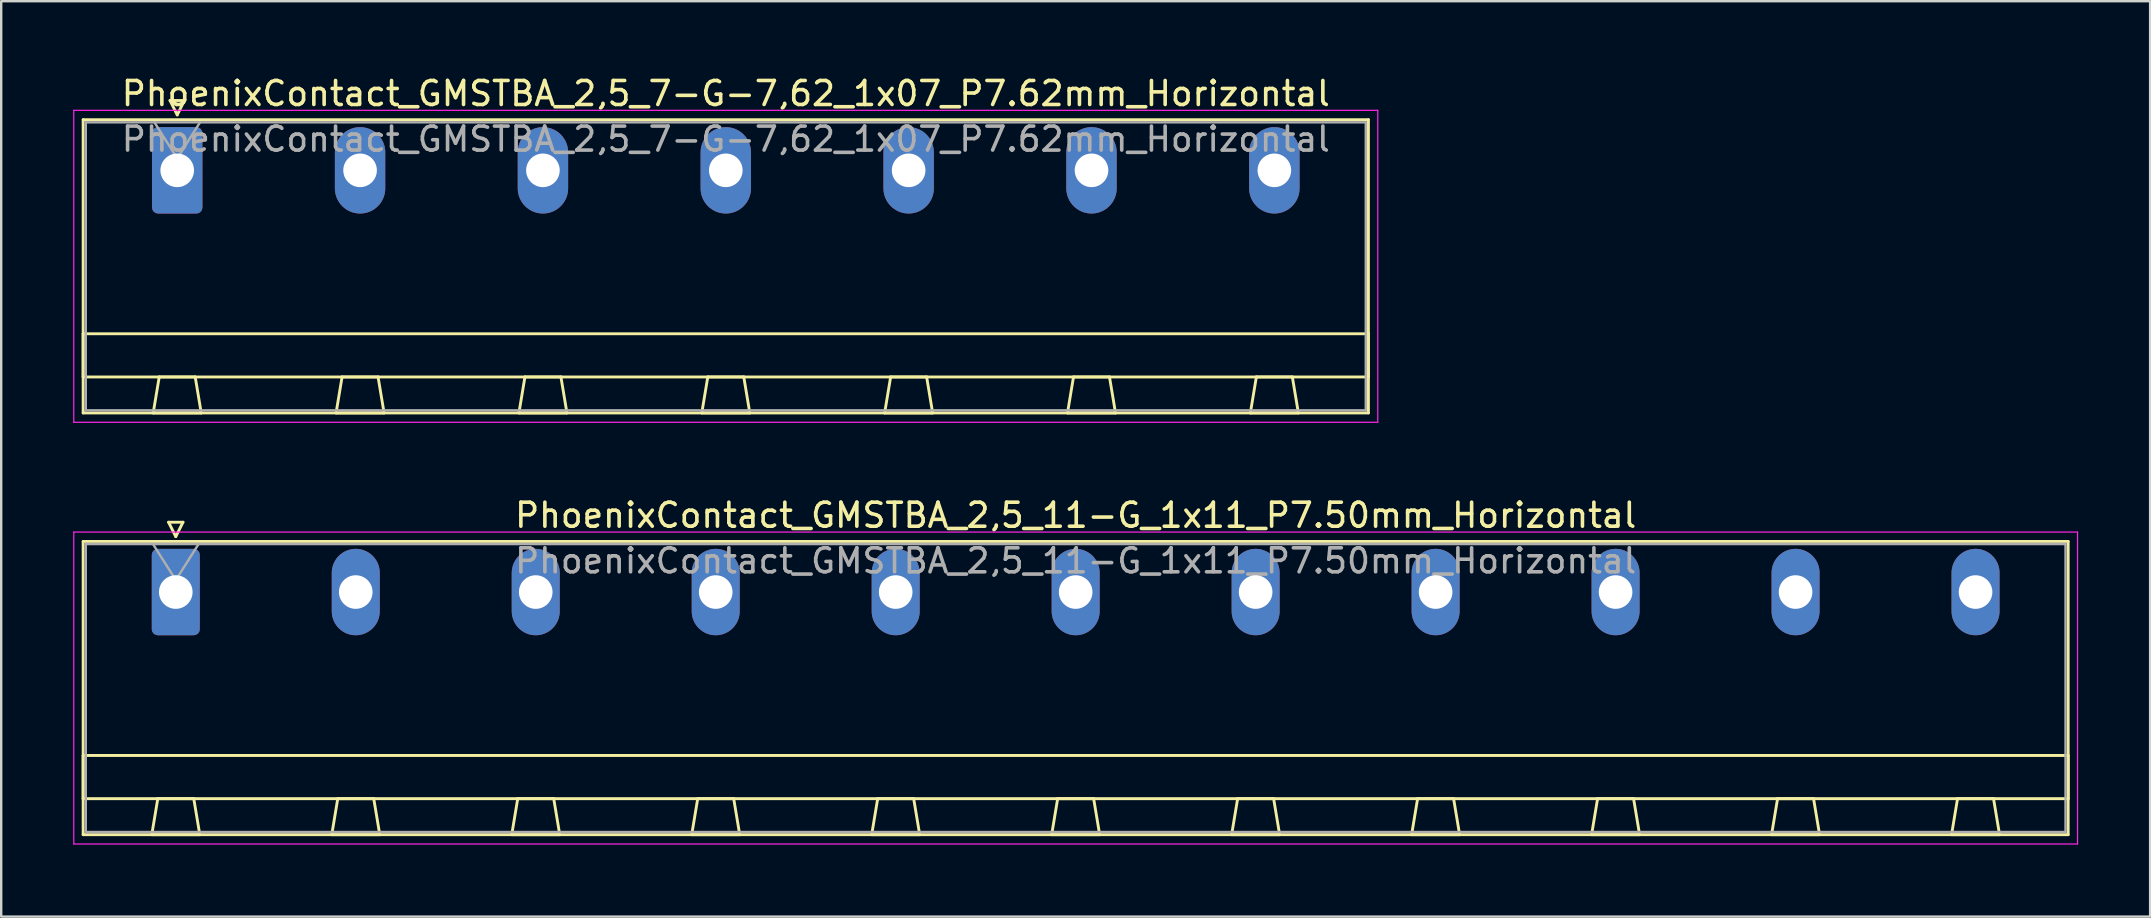
<source format=kicad_pcb>
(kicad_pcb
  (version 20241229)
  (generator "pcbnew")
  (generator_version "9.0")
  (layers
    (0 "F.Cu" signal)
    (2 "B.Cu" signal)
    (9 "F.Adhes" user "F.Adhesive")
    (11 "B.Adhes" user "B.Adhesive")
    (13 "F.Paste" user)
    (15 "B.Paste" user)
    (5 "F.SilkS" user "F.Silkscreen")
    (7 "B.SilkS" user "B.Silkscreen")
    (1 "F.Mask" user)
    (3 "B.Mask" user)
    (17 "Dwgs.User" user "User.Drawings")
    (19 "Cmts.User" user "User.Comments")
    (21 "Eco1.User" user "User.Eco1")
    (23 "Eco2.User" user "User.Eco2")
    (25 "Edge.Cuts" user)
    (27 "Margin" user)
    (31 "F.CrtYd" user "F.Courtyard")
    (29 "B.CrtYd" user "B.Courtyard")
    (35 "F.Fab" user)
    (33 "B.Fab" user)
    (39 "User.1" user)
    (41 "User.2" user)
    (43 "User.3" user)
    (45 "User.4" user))
  (footprint "PhoenixContact_GMSTBA_2,5_7-G-7,62_1x07_P7.62mm_Horizontal"
    (layer "F.Cu")
    (at 4.335 4.048)
    (property "Reference" "PhoenixContact_GMSTBA_2,5_7-G-7,62_1x07_P7.62mm_Horizontal" (at 22.86 -3.2 0) (layer "F.SilkS") (effects (font (size 1 1) (thickness 0.15))))
    (attr through_hole)
    (fp_line (start -3.92 -2.11) (end -3.92 10.11) (stroke (width 0.12) (type solid)) (layer "F.SilkS"))
    (fp_line (start -3.92 6.81) (end 49.64 6.81) (stroke (width 0.12) (type solid)) (layer "F.SilkS"))
    (fp_line (start -3.92 8.61) (end -3.92 6.81) (stroke (width 0.12) (type solid)) (layer "F.SilkS"))
    (fp_line (start -3.92 10.11) (end 49.64 10.11) (stroke (width 0.12) (type solid)) (layer "F.SilkS"))
    (fp_line (start -1 10.11) (end 1 10.11) (stroke (width 0.12) (type solid)) (layer "F.SilkS"))
    (fp_line (start -0.75 8.61) (end -1 10.11) (stroke (width 0.12) (type solid)) (layer "F.SilkS"))
    (fp_line (start -0.3 -2.91) (end 0.3 -2.91) (stroke (width 0.12) (type solid)) (layer "F.SilkS"))
    (fp_line (start 0 -2.31) (end -0.3 -2.91) (stroke (width 0.12) (type solid)) (layer "F.SilkS"))
    (fp_line (start 0.3 -2.91) (end 0 -2.31) (stroke (width 0.12) (type solid)) (layer "F.SilkS"))
    (fp_line (start 0.75 8.61) (end -0.75 8.61) (stroke (width 0.12) (type solid)) (layer "F.SilkS"))
    (fp_line (start 1 10.11) (end 0.75 8.61) (stroke (width 0.12) (type solid)) (layer "F.SilkS"))
    (fp_line (start 6.62 10.11) (end 8.62 10.11) (stroke (width 0.12) (type solid)) (layer "F.SilkS"))
    (fp_line (start 6.87 8.61) (end 6.62 10.11) (stroke (width 0.12) (type solid)) (layer "F.SilkS"))
    (fp_line (start 8.37 8.61) (end 6.87 8.61) (stroke (width 0.12) (type solid)) (layer "F.SilkS"))
    (fp_line (start 8.62 10.11) (end 8.37 8.61) (stroke (width 0.12) (type solid)) (layer "F.SilkS"))
    (fp_line (start 14.24 10.11) (end 16.24 10.11) (stroke (width 0.12) (type solid)) (layer "F.SilkS"))
    (fp_line (start 14.49 8.61) (end 14.24 10.11) (stroke (width 0.12) (type solid)) (layer "F.SilkS"))
    (fp_line (start 15.99 8.61) (end 14.49 8.61) (stroke (width 0.12) (type solid)) (layer "F.SilkS"))
    (fp_line (start 16.24 10.11) (end 15.99 8.61) (stroke (width 0.12) (type solid)) (layer "F.SilkS"))
    (fp_line (start 21.86 10.11) (end 23.86 10.11) (stroke (width 0.12) (type solid)) (layer "F.SilkS"))
    (fp_line (start 22.11 8.61) (end 21.86 10.11) (stroke (width 0.12) (type solid)) (layer "F.SilkS"))
    (fp_line (start 23.61 8.61) (end 22.11 8.61) (stroke (width 0.12) (type solid)) (layer "F.SilkS"))
    (fp_line (start 23.86 10.11) (end 23.61 8.61) (stroke (width 0.12) (type solid)) (layer "F.SilkS"))
    (fp_line (start 29.48 10.11) (end 31.48 10.11) (stroke (width 0.12) (type solid)) (layer "F.SilkS"))
    (fp_line (start 29.73 8.61) (end 29.48 10.11) (stroke (width 0.12) (type solid)) (layer "F.SilkS"))
    (fp_line (start 31.23 8.61) (end 29.73 8.61) (stroke (width 0.12) (type solid)) (layer "F.SilkS"))
    (fp_line (start 31.48 10.11) (end 31.23 8.61) (stroke (width 0.12) (type solid)) (layer "F.SilkS"))
    (fp_line (start 37.1 10.11) (end 39.1 10.11) (stroke (width 0.12) (type solid)) (layer "F.SilkS"))
    (fp_line (start 37.35 8.61) (end 37.1 10.11) (stroke (width 0.12) (type solid)) (layer "F.SilkS"))
    (fp_line (start 38.85 8.61) (end 37.35 8.61) (stroke (width 0.12) (type solid)) (layer "F.SilkS"))
    (fp_line (start 39.1 10.11) (end 38.85 8.61) (stroke (width 0.12) (type solid)) (layer "F.SilkS"))
    (fp_line (start 44.72 10.11) (end 46.72 10.11) (stroke (width 0.12) (type solid)) (layer "F.SilkS"))
    (fp_line (start 44.97 8.61) (end 44.72 10.11) (stroke (width 0.12) (type solid)) (layer "F.SilkS"))
    (fp_line (start 46.47 8.61) (end 44.97 8.61) (stroke (width 0.12) (type solid)) (layer "F.SilkS"))
    (fp_line (start 46.72 10.11) (end 46.47 8.61) (stroke (width 0.12) (type solid)) (layer "F.SilkS"))
    (fp_line (start 49.64 -2.11) (end -3.92 -2.11) (stroke (width 0.12) (type solid)) (layer "F.SilkS"))
    (fp_line (start 49.64 6.81) (end 49.64 8.61) (stroke (width 0.12) (type solid)) (layer "F.SilkS"))
    (fp_line (start 49.64 8.61) (end -3.92 8.61) (stroke (width 0.12) (type solid)) (layer "F.SilkS"))
    (fp_line (start 49.64 10.11) (end 49.64 -2.11) (stroke (width 0.12) (type solid)) (layer "F.SilkS"))
    (fp_line (start -4.31 -2.5) (end -4.31 10.5) (stroke (width 0.05) (type solid)) (layer "F.CrtYd"))
    (fp_line (start -4.31 10.5) (end 50.03 10.5) (stroke (width 0.05) (type solid)) (layer "F.CrtYd"))
    (fp_line (start 50.03 -2.5) (end -4.31 -2.5) (stroke (width 0.05) (type solid)) (layer "F.CrtYd"))
    (fp_line (start 50.03 10.5) (end 50.03 -2.5) (stroke (width 0.05) (type solid)) (layer "F.CrtYd"))
    (fp_line (start -3.81 -2) (end -3.81 10) (stroke (width 0.1) (type solid)) (layer "F.Fab"))
    (fp_line (start -3.81 10) (end 49.53 10) (stroke (width 0.1) (type solid)) (layer "F.Fab"))
    (fp_line (start 0 -0.5) (end -0.95 -2) (stroke (width 0.1) (type solid)) (layer "F.Fab"))
    (fp_line (start 0.95 -2) (end 0 -0.5) (stroke (width 0.1) (type solid)) (layer "F.Fab"))
    (fp_line (start 49.53 -2) (end -3.81 -2) (stroke (width 0.1) (type solid)) (layer "F.Fab"))
    (fp_line (start 49.53 10) (end 49.53 -2) (stroke (width 0.1) (type solid)) (layer "F.Fab"))
    (fp_text user "${REFERENCE}" (at 22.86 -1.3 0) (layer "F.Fab") (effects (font (size 1 1) (thickness 0.15))))
    (pad "1" thru_hole roundrect (at 0 0) (size 2.1 3.6) (drill 1.4) (layers "*.Cu" "*.Mask") (roundrect_rratio 0.119))
    (pad "2" thru_hole oval (at 7.62 0) (size 2.1 3.6) (drill 1.4) (layers "*.Cu" "*.Mask"))
    (pad "3" thru_hole oval (at 15.24 0) (size 2.1 3.6) (drill 1.4) (layers "*.Cu" "*.Mask"))
    (pad "4" thru_hole oval (at 22.86 0) (size 2.1 3.6) (drill 1.4) (layers "*.Cu" "*.Mask"))
    (pad "5" thru_hole oval (at 30.48 0) (size 2.1 3.6) (drill 1.4) (layers "*.Cu" "*.Mask"))
    (pad "6" thru_hole oval (at 38.1 0) (size 2.1 3.6) (drill 1.4) (layers "*.Cu" "*.Mask"))
    (pad "7" thru_hole oval (at 45.72 0) (size 2.1 3.6) (drill 1.4) (layers "*.Cu" "*.Mask")))
  (footprint "PhoenixContact_GMSTBA_2,5_11-G_1x11_P7.50mm_Horizontal"
    (layer "F.Cu")
    (at 4.275 21.622)
    (property "Reference" "PhoenixContact_GMSTBA_2,5_11-G_1x11_P7.50mm_Horizontal" (at 37.5 -3.2 0) (layer "F.SilkS") (effects (font (size 1 1) (thickness 0.15))))
    (attr through_hole)
    (fp_line (start -3.86 -2.11) (end -3.86 10.11) (stroke (width 0.12) (type solid)) (layer "F.SilkS"))
    (fp_line (start -3.86 6.81) (end 78.86 6.81) (stroke (width 0.12) (type solid)) (layer "F.SilkS"))
    (fp_line (start -3.86 8.61) (end -3.86 6.81) (stroke (width 0.12) (type solid)) (layer "F.SilkS"))
    (fp_line (start -3.86 10.11) (end 78.86 10.11) (stroke (width 0.12) (type solid)) (layer "F.SilkS"))
    (fp_line (start -1 10.11) (end 1 10.11) (stroke (width 0.12) (type solid)) (layer "F.SilkS"))
    (fp_line (start -0.75 8.61) (end -1 10.11) (stroke (width 0.12) (type solid)) (layer "F.SilkS"))
    (fp_line (start -0.3 -2.91) (end 0.3 -2.91) (stroke (width 0.12) (type solid)) (layer "F.SilkS"))
    (fp_line (start 0 -2.31) (end -0.3 -2.91) (stroke (width 0.12) (type solid)) (layer "F.SilkS"))
    (fp_line (start 0.3 -2.91) (end 0 -2.31) (stroke (width 0.12) (type solid)) (layer "F.SilkS"))
    (fp_line (start 0.75 8.61) (end -0.75 8.61) (stroke (width 0.12) (type solid)) (layer "F.SilkS"))
    (fp_line (start 1 10.11) (end 0.75 8.61) (stroke (width 0.12) (type solid)) (layer "F.SilkS"))
    (fp_line (start 6.5 10.11) (end 8.5 10.11) (stroke (width 0.12) (type solid)) (layer "F.SilkS"))
    (fp_line (start 6.75 8.61) (end 6.5 10.11) (stroke (width 0.12) (type solid)) (layer "F.SilkS"))
    (fp_line (start 8.25 8.61) (end 6.75 8.61) (stroke (width 0.12) (type solid)) (layer "F.SilkS"))
    (fp_line (start 8.5 10.11) (end 8.25 8.61) (stroke (width 0.12) (type solid)) (layer "F.SilkS"))
    (fp_line (start 14 10.11) (end 16 10.11) (stroke (width 0.12) (type solid)) (layer "F.SilkS"))
    (fp_line (start 14.25 8.61) (end 14 10.11) (stroke (width 0.12) (type solid)) (layer "F.SilkS"))
    (fp_line (start 15.75 8.61) (end 14.25 8.61) (stroke (width 0.12) (type solid)) (layer "F.SilkS"))
    (fp_line (start 16 10.11) (end 15.75 8.61) (stroke (width 0.12) (type solid)) (layer "F.SilkS"))
    (fp_line (start 21.5 10.11) (end 23.5 10.11) (stroke (width 0.12) (type solid)) (layer "F.SilkS"))
    (fp_line (start 21.75 8.61) (end 21.5 10.11) (stroke (width 0.12) (type solid)) (layer "F.SilkS"))
    (fp_line (start 23.25 8.61) (end 21.75 8.61) (stroke (width 0.12) (type solid)) (layer "F.SilkS"))
    (fp_line (start 23.5 10.11) (end 23.25 8.61) (stroke (width 0.12) (type solid)) (layer "F.SilkS"))
    (fp_line (start 29 10.11) (end 31 10.11) (stroke (width 0.12) (type solid)) (layer "F.SilkS"))
    (fp_line (start 29.25 8.61) (end 29 10.11) (stroke (width 0.12) (type solid)) (layer "F.SilkS"))
    (fp_line (start 30.75 8.61) (end 29.25 8.61) (stroke (width 0.12) (type solid)) (layer "F.SilkS"))
    (fp_line (start 31 10.11) (end 30.75 8.61) (stroke (width 0.12) (type solid)) (layer "F.SilkS"))
    (fp_line (start 36.5 10.11) (end 38.5 10.11) (stroke (width 0.12) (type solid)) (layer "F.SilkS"))
    (fp_line (start 36.75 8.61) (end 36.5 10.11) (stroke (width 0.12) (type solid)) (layer "F.SilkS"))
    (fp_line (start 38.25 8.61) (end 36.75 8.61) (stroke (width 0.12) (type solid)) (layer "F.SilkS"))
    (fp_line (start 38.5 10.11) (end 38.25 8.61) (stroke (width 0.12) (type solid)) (layer "F.SilkS"))
    (fp_line (start 44 10.11) (end 46 10.11) (stroke (width 0.12) (type solid)) (layer "F.SilkS"))
    (fp_line (start 44.25 8.61) (end 44 10.11) (stroke (width 0.12) (type solid)) (layer "F.SilkS"))
    (fp_line (start 45.75 8.61) (end 44.25 8.61) (stroke (width 0.12) (type solid)) (layer "F.SilkS"))
    (fp_line (start 46 10.11) (end 45.75 8.61) (stroke (width 0.12) (type solid)) (layer "F.SilkS"))
    (fp_line (start 51.5 10.11) (end 53.5 10.11) (stroke (width 0.12) (type solid)) (layer "F.SilkS"))
    (fp_line (start 51.75 8.61) (end 51.5 10.11) (stroke (width 0.12) (type solid)) (layer "F.SilkS"))
    (fp_line (start 53.25 8.61) (end 51.75 8.61) (stroke (width 0.12) (type solid)) (layer "F.SilkS"))
    (fp_line (start 53.5 10.11) (end 53.25 8.61) (stroke (width 0.12) (type solid)) (layer "F.SilkS"))
    (fp_line (start 59 10.11) (end 61 10.11) (stroke (width 0.12) (type solid)) (layer "F.SilkS"))
    (fp_line (start 59.25 8.61) (end 59 10.11) (stroke (width 0.12) (type solid)) (layer "F.SilkS"))
    (fp_line (start 60.75 8.61) (end 59.25 8.61) (stroke (width 0.12) (type solid)) (layer "F.SilkS"))
    (fp_line (start 61 10.11) (end 60.75 8.61) (stroke (width 0.12) (type solid)) (layer "F.SilkS"))
    (fp_line (start 66.5 10.11) (end 68.5 10.11) (stroke (width 0.12) (type solid)) (layer "F.SilkS"))
    (fp_line (start 66.75 8.61) (end 66.5 10.11) (stroke (width 0.12) (type solid)) (layer "F.SilkS"))
    (fp_line (start 68.25 8.61) (end 66.75 8.61) (stroke (width 0.12) (type solid)) (layer "F.SilkS"))
    (fp_line (start 68.5 10.11) (end 68.25 8.61) (stroke (width 0.12) (type solid)) (layer "F.SilkS"))
    (fp_line (start 74 10.11) (end 76 10.11) (stroke (width 0.12) (type solid)) (layer "F.SilkS"))
    (fp_line (start 74.25 8.61) (end 74 10.11) (stroke (width 0.12) (type solid)) (layer "F.SilkS"))
    (fp_line (start 75.75 8.61) (end 74.25 8.61) (stroke (width 0.12) (type solid)) (layer "F.SilkS"))
    (fp_line (start 76 10.11) (end 75.75 8.61) (stroke (width 0.12) (type solid)) (layer "F.SilkS"))
    (fp_line (start 78.86 -2.11) (end -3.86 -2.11) (stroke (width 0.12) (type solid)) (layer "F.SilkS"))
    (fp_line (start 78.86 6.81) (end 78.86 8.61) (stroke (width 0.12) (type solid)) (layer "F.SilkS"))
    (fp_line (start 78.86 8.61) (end -3.86 8.61) (stroke (width 0.12) (type solid)) (layer "F.SilkS"))
    (fp_line (start 78.86 10.11) (end 78.86 -2.11) (stroke (width 0.12) (type solid)) (layer "F.SilkS"))
    (fp_line (start -4.25 -2.5) (end -4.25 10.5) (stroke (width 0.05) (type solid)) (layer "F.CrtYd"))
    (fp_line (start -4.25 10.5) (end 79.25 10.5) (stroke (width 0.05) (type solid)) (layer "F.CrtYd"))
    (fp_line (start 79.25 -2.5) (end -4.25 -2.5) (stroke (width 0.05) (type solid)) (layer "F.CrtYd"))
    (fp_line (start 79.25 10.5) (end 79.25 -2.5) (stroke (width 0.05) (type solid)) (layer "F.CrtYd"))
    (fp_line (start -3.75 -2) (end -3.75 10) (stroke (width 0.1) (type solid)) (layer "F.Fab"))
    (fp_line (start -3.75 10) (end 78.75 10) (stroke (width 0.1) (type solid)) (layer "F.Fab"))
    (fp_line (start 0 -0.5) (end -0.95 -2) (stroke (width 0.1) (type solid)) (layer "F.Fab"))
    (fp_line (start 0.95 -2) (end 0 -0.5) (stroke (width 0.1) (type solid)) (layer "F.Fab"))
    (fp_line (start 78.75 -2) (end -3.75 -2) (stroke (width 0.1) (type solid)) (layer "F.Fab"))
    (fp_line (start 78.75 10) (end 78.75 -2) (stroke (width 0.1) (type solid)) (layer "F.Fab"))
    (fp_text user "${REFERENCE}" (at 37.5 -1.3 0) (layer "F.Fab") (effects (font (size 1 1) (thickness 0.15))))
    (pad "1" thru_hole roundrect (at 0 0) (size 2 3.6) (drill 1.4) (layers "*.Cu" "*.Mask") (roundrect_rratio 0.125))
    (pad "2" thru_hole oval (at 7.5 0) (size 2 3.6) (drill 1.4) (layers "*.Cu" "*.Mask"))
    (pad "3" thru_hole oval (at 15 0) (size 2 3.6) (drill 1.4) (layers "*.Cu" "*.Mask"))
    (pad "4" thru_hole oval (at 22.5 0) (size 2 3.6) (drill 1.4) (layers "*.Cu" "*.Mask"))
    (pad "5" thru_hole oval (at 30 0) (size 2 3.6) (drill 1.4) (layers "*.Cu" "*.Mask"))
    (pad "6" thru_hole oval (at 37.5 0) (size 2 3.6) (drill 1.4) (layers "*.Cu" "*.Mask"))
    (pad "7" thru_hole oval (at 45 0) (size 2 3.6) (drill 1.4) (layers "*.Cu" "*.Mask"))
    (pad "8" thru_hole oval (at 52.5 0) (size 2 3.6) (drill 1.4) (layers "*.Cu" "*.Mask"))
    (pad "9" thru_hole oval (at 60 0) (size 2 3.6) (drill 1.4) (layers "*.Cu" "*.Mask"))
    (pad "10" thru_hole oval (at 67.5 0) (size 2 3.6) (drill 1.4) (layers "*.Cu" "*.Mask"))
    (pad "11" thru_hole oval (at 75 0) (size 2 3.6) (drill 1.4) (layers "*.Cu" "*.Mask")))
  (gr_rect
    (start -3 -3)
    (end 86.55 35.147)
    (stroke (width 0.1) (type default))
    (fill no)
    (layer "Edge.Cuts")))
</source>
